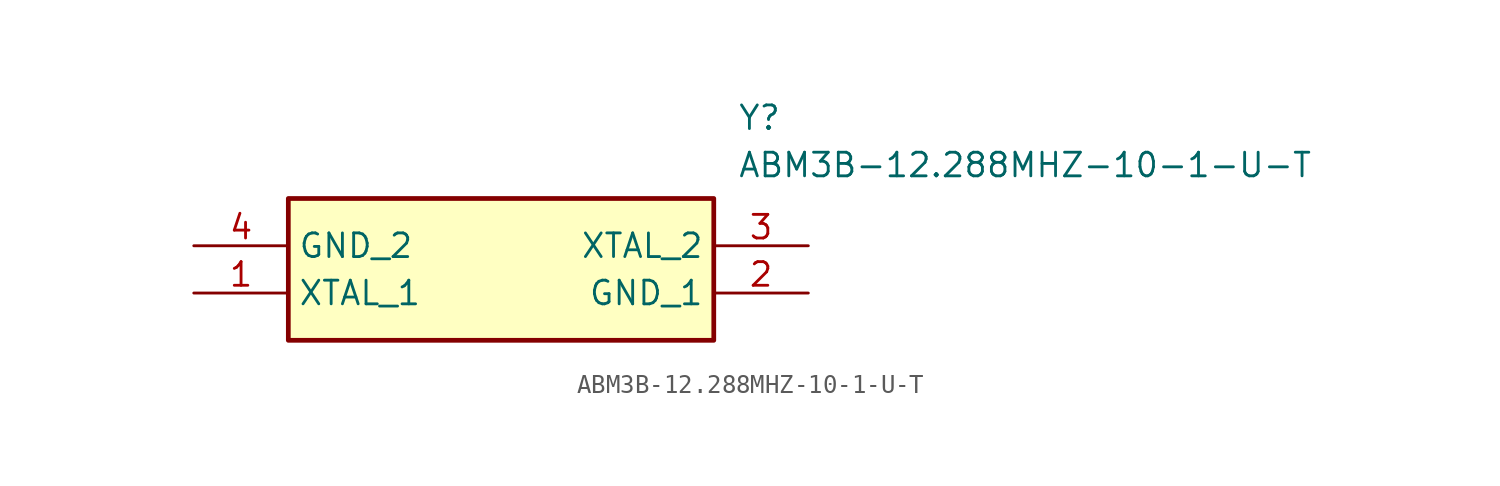
<source format=kicad_sym>
(kicad_symbol_lib
  (version 20211014)
  (generator SamacSys_ECAD_Model)
  (symbol "ABM3B-12.288MHZ-10-1-U-T"
    (property "Reference" "Y"
      (at 29.21 7.62 0)
      (effects (font (size 1.27 1.27)) (justify left top)))
    (property "Value" "ABM3B-12.288MHZ-10-1-U-T"
      (at 29.21 5.08 0)
      (effects (font (size 1.27 1.27)) (justify left top)))
    (rectangle
      (start 5.08 2.54)
      (end 27.94 -5.08)
      (stroke (width 0.254) (type default))
      (fill (type background)))
    (pin passive line
      (at 0 -2.54 0)
      (length 5.08)
      (name "XTAL_1" (effects (font (size 1.27 1.27))))
      (number "1" (effects (font (size 1.27 1.27)))))
    (pin passive line
      (at 33.02 -2.54 180)
      (length 5.08)
      (name "GND_1" (effects (font (size 1.27 1.27))))
      (number "2" (effects (font (size 1.27 1.27)))))
    (pin passive line
      (at 33.02 0 180)
      (length 5.08)
      (name "XTAL_2" (effects (font (size 1.27 1.27))))
      (number "3" (effects (font (size 1.27 1.27)))))
    (pin passive line
      (at 0 0 0)
      (length 5.08)
      (name "GND_2" (effects (font (size 1.27 1.27))))
      (number "4" (effects (font (size 1.27 1.27)))))))
</source>
